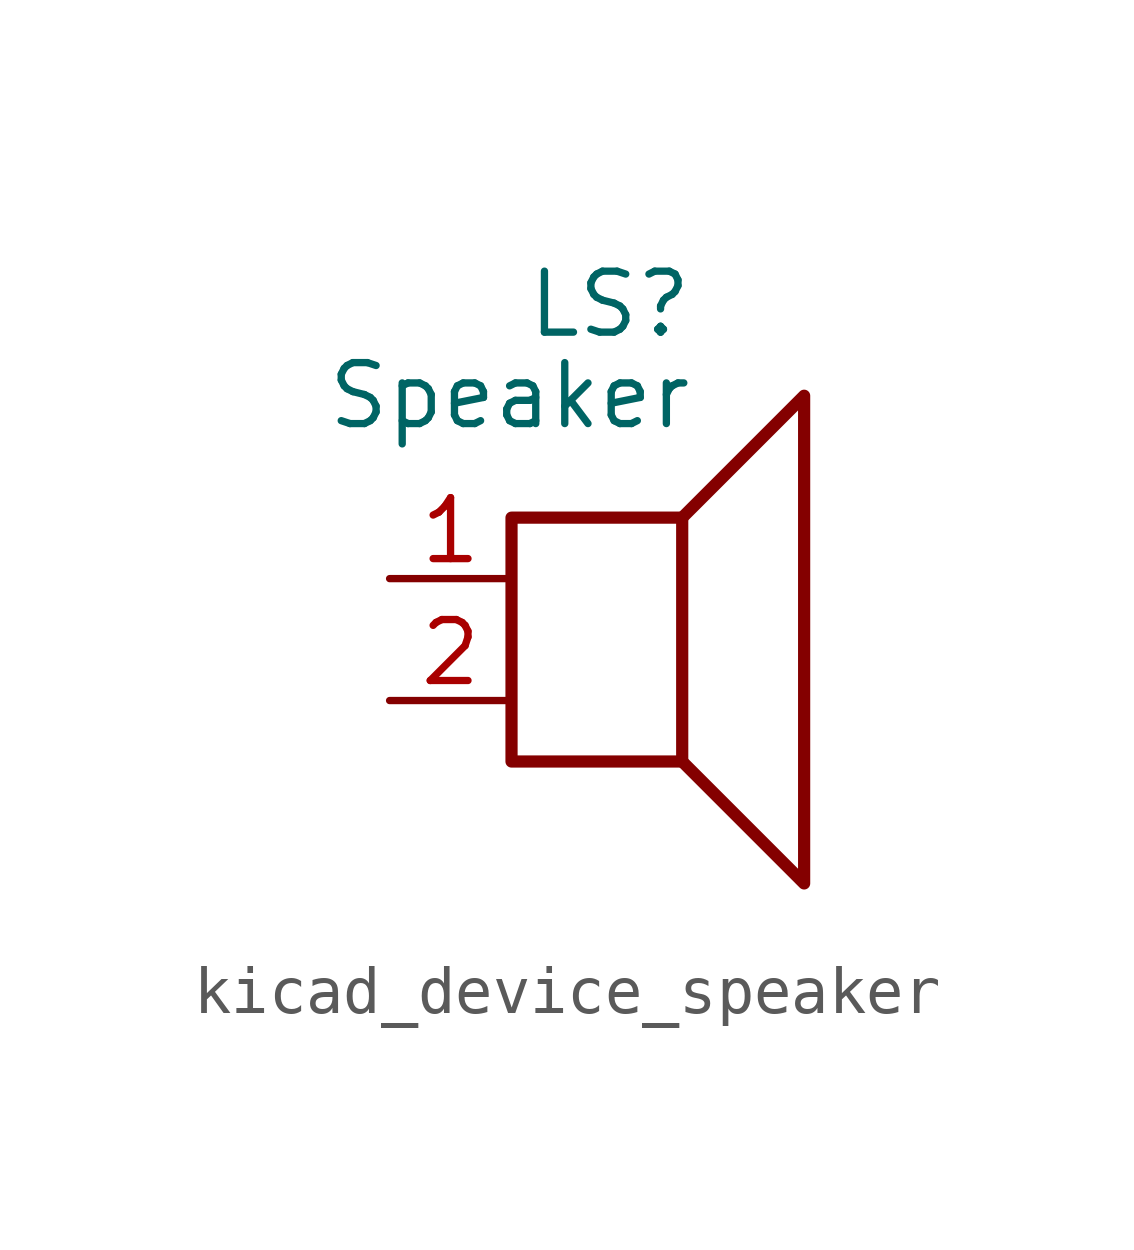
<source format=kicad_sym>
(kicad_symbol_lib
  (version 20220914)
  (generator kicad_symbol_editor)
  (symbol "kicad_device_speaker"
    (pin_names
      (offset 0) hide)
    (property "Reference" "LS"
      (at 1.27 5.715 0)
      (effects (font (size 1.27 1.27)) (justify right)))
    (property "Value" "Speaker"
      (at 1.27 3.81 0)
      (effects (font (size 1.27 1.27)) (justify right)))
    (symbol "kicad_device_speaker_0_0"
      (rectangle (start -2.54 1.27) (end 1.016 -3.81) (stroke (width 0.254) (type default)) (fill (type none)))
      (polyline (pts (xy 1.016 1.27) (xy 3.556 3.81) (xy 3.556 -6.35) (xy 1.016 -3.81)) (stroke (width 0.254) (type default)) (fill (type none))))
    (symbol "kicad_device_speaker_1_1"
      (pin input line (at -5.08 0 0) (length 2.54) (name "1" (effects (font (size 1.27 1.27)))) (number "1" (effects (font (size 1.27 1.27)))))
      (pin input line (at -5.08 -2.54 0) (length 2.54) (name "2" (effects (font (size 1.27 1.27)))) (number "2" (effects (font (size 1.27 1.27))))))))
</source>
